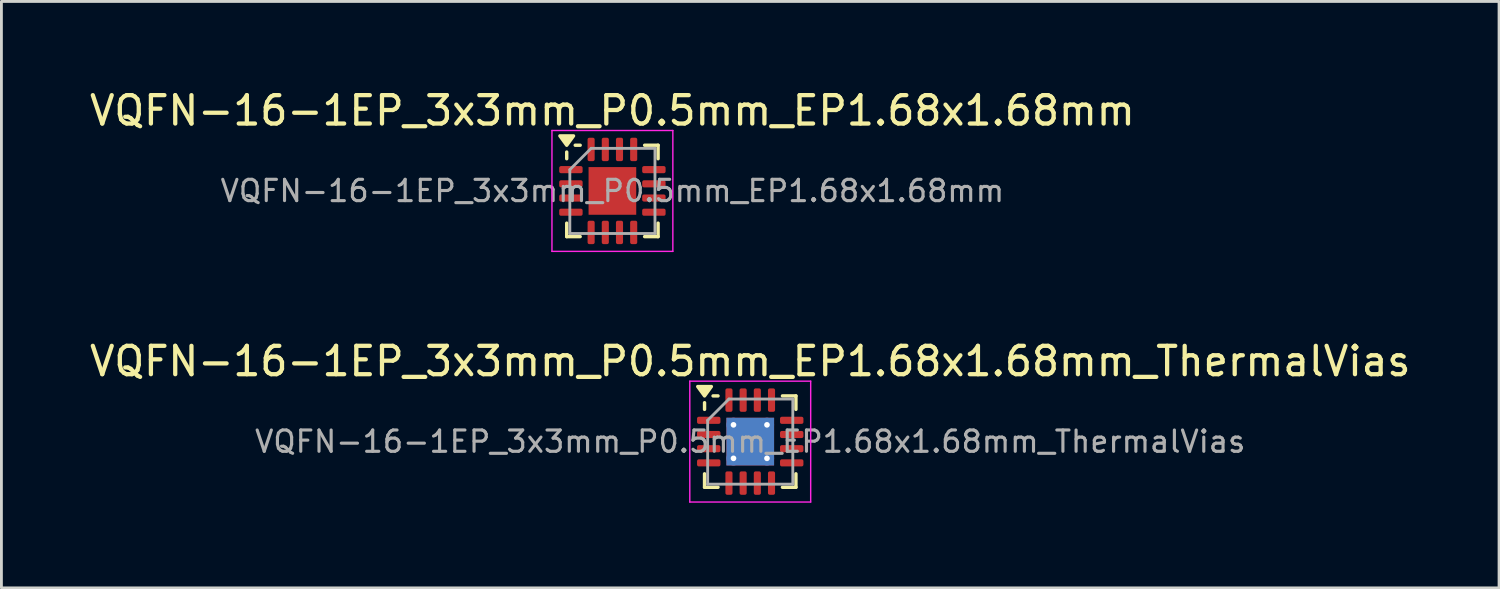
<source format=kicad_pcb>
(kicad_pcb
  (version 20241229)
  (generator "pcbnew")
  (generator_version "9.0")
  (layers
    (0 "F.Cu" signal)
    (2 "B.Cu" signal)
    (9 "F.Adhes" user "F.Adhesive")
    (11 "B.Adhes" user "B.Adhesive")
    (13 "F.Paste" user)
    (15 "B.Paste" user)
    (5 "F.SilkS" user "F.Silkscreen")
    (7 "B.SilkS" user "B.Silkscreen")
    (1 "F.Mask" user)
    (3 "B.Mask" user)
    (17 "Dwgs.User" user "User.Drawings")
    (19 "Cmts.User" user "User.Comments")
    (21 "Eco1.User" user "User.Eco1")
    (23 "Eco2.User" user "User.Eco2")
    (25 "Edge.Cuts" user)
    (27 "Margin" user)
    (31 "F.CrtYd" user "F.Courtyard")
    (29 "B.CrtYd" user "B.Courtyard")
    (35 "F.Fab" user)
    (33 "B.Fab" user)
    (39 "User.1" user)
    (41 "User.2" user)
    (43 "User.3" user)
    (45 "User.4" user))
  (footprint "VQFN-16-1EP_3x3mm_P0.5mm_EP1.68x1.68mm_ThermalVias"
    (layer "F.Cu")
    (at 23.387 12.511)
    (property "Reference" "VQFN-16-1EP_3x3mm_P0.5mm_EP1.68x1.68mm_ThermalVias" (at 0 -2.83 0) (layer "F.SilkS") (effects (font (size 1 1) (thickness 0.15))))
    (attr smd)
    (fp_line (start -1.61 -1.135) (end -1.61 -1.37) (stroke (width 0.12) (type solid)) (layer "F.SilkS"))
    (fp_line (start -1.61 1.61) (end -1.61 1.135) (stroke (width 0.12) (type solid)) (layer "F.SilkS"))
    (fp_line (start -1.135 -1.61) (end -1.31 -1.61) (stroke (width 0.12) (type solid)) (layer "F.SilkS"))
    (fp_line (start -1.135 1.61) (end -1.61 1.61) (stroke (width 0.12) (type solid)) (layer "F.SilkS"))
    (fp_line (start 1.135 -1.61) (end 1.61 -1.61) (stroke (width 0.12) (type solid)) (layer "F.SilkS"))
    (fp_line (start 1.135 1.61) (end 1.61 1.61) (stroke (width 0.12) (type solid)) (layer "F.SilkS"))
    (fp_line (start 1.61 -1.61) (end 1.61 -1.135) (stroke (width 0.12) (type solid)) (layer "F.SilkS"))
    (fp_line (start 1.61 1.61) (end 1.61 1.135) (stroke (width 0.12) (type solid)) (layer "F.SilkS"))
    (fp_poly (pts (xy -1.61 -1.61) (xy -1.85 -1.94) (xy -1.37 -1.94) (xy -1.61 -1.61)) (stroke (width 0.12) (type solid)) (fill yes) (layer "F.SilkS"))
    (fp_line (start -2.13 -2.13) (end -2.13 2.13) (stroke (width 0.05) (type solid)) (layer "F.CrtYd"))
    (fp_line (start -2.13 2.13) (end 2.13 2.13) (stroke (width 0.05) (type solid)) (layer "F.CrtYd"))
    (fp_line (start 2.13 -2.13) (end -2.13 -2.13) (stroke (width 0.05) (type solid)) (layer "F.CrtYd"))
    (fp_line (start 2.13 2.13) (end 2.13 -2.13) (stroke (width 0.05) (type solid)) (layer "F.CrtYd"))
    (fp_line (start -1.5 -0.75) (end -0.75 -1.5) (stroke (width 0.1) (type solid)) (layer "F.Fab"))
    (fp_line (start -1.5 1.5) (end -1.5 -0.75) (stroke (width 0.1) (type solid)) (layer "F.Fab"))
    (fp_line (start -0.75 -1.5) (end 1.5 -1.5) (stroke (width 0.1) (type solid)) (layer "F.Fab"))
    (fp_line (start 1.5 -1.5) (end 1.5 1.5) (stroke (width 0.1) (type solid)) (layer "F.Fab"))
    (fp_line (start 1.5 1.5) (end -1.5 1.5) (stroke (width 0.1) (type solid)) (layer "F.Fab"))
    (fp_text user "${REFERENCE}" (at 0 0 0) (layer "F.Fab") (effects (font (size 0.75 0.75) (thickness 0.11))))
    (pad "" smd roundrect (at -0.42 -0.42) (size 0.73 0.73) (layers "F.Paste") (roundrect_rratio 0.25))
    (pad "" smd roundrect (at -0.42 0.42) (size 0.73 0.73) (layers "F.Paste") (roundrect_rratio 0.25))
    (pad "" smd roundrect (at 0.42 -0.42) (size 0.73 0.73) (layers "F.Paste") (roundrect_rratio 0.25))
    (pad "" smd roundrect (at 0.42 0.42) (size 0.73 0.73) (layers "F.Paste") (roundrect_rratio 0.25))
    (pad "1" smd roundrect (at -1.462 -0.75) (size 0.825 0.25) (layers "F.Cu" "F.Mask" "F.Paste") (roundrect_rratio 0.25))
    (pad "2" smd roundrect (at -1.462 -0.25) (size 0.825 0.25) (layers "F.Cu" "F.Mask" "F.Paste") (roundrect_rratio 0.25))
    (pad "3" smd roundrect (at -1.462 0.25) (size 0.825 0.25) (layers "F.Cu" "F.Mask" "F.Paste") (roundrect_rratio 0.25))
    (pad "4" smd roundrect (at -1.462 0.75) (size 0.825 0.25) (layers "F.Cu" "F.Mask" "F.Paste") (roundrect_rratio 0.25))
    (pad "5" smd roundrect (at -0.75 1.462) (size 0.25 0.825) (layers "F.Cu" "F.Mask" "F.Paste") (roundrect_rratio 0.25))
    (pad "6" smd roundrect (at -0.25 1.462) (size 0.25 0.825) (layers "F.Cu" "F.Mask" "F.Paste") (roundrect_rratio 0.25))
    (pad "7" smd roundrect (at 0.25 1.462) (size 0.25 0.825) (layers "F.Cu" "F.Mask" "F.Paste") (roundrect_rratio 0.25))
    (pad "8" smd roundrect (at 0.75 1.462) (size 0.25 0.825) (layers "F.Cu" "F.Mask" "F.Paste") (roundrect_rratio 0.25))
    (pad "9" smd roundrect (at 1.462 0.75) (size 0.825 0.25) (layers "F.Cu" "F.Mask" "F.Paste") (roundrect_rratio 0.25))
    (pad "10" smd roundrect (at 1.462 0.25) (size 0.825 0.25) (layers "F.Cu" "F.Mask" "F.Paste") (roundrect_rratio 0.25))
    (pad "11" smd roundrect (at 1.462 -0.25) (size 0.825 0.25) (layers "F.Cu" "F.Mask" "F.Paste") (roundrect_rratio 0.25))
    (pad "12" smd roundrect (at 1.462 -0.75) (size 0.825 0.25) (layers "F.Cu" "F.Mask" "F.Paste") (roundrect_rratio 0.25))
    (pad "13" smd roundrect (at 0.75 -1.462) (size 0.25 0.825) (layers "F.Cu" "F.Mask" "F.Paste") (roundrect_rratio 0.25))
    (pad "14" smd roundrect (at 0.25 -1.462) (size 0.25 0.825) (layers "F.Cu" "F.Mask" "F.Paste") (roundrect_rratio 0.25))
    (pad "15" smd roundrect (at -0.25 -1.462) (size 0.25 0.825) (layers "F.Cu" "F.Mask" "F.Paste") (roundrect_rratio 0.25))
    (pad "16" smd roundrect (at -0.75 -1.462) (size 0.25 0.825) (layers "F.Cu" "F.Mask" "F.Paste") (roundrect_rratio 0.25))
    (pad "17" thru_hole circle (at -0.59 -0.59) (size 0.5 0.5) (drill 0.2) (property pad_prop_heatsink) (layers "*.Cu"))
    (pad "17" thru_hole circle (at -0.59 0.59) (size 0.5 0.5) (drill 0.2) (property pad_prop_heatsink) (layers "*.Cu"))
    (pad "17" smd rect (at 0 0) (size 1.68 1.68) (property pad_prop_heatsink) (layers "F.Cu" "F.Mask"))
    (pad "17" smd rect (at 0 0) (size 1.68 1.68) (property pad_prop_heatsink) (layers "B.Cu"))
    (pad "17" thru_hole circle (at 0.59 -0.59) (size 0.5 0.5) (drill 0.2) (property pad_prop_heatsink) (layers "*.Cu"))
    (pad "17" thru_hole circle (at 0.59 0.59) (size 0.5 0.5) (drill 0.2) (property pad_prop_heatsink) (layers "*.Cu")))
  (footprint "VQFN-16-1EP_3x3mm_P0.5mm_EP1.68x1.68mm"
    (layer "F.Cu")
    (at 18.53 3.678)
    (property "Reference" "VQFN-16-1EP_3x3mm_P0.5mm_EP1.68x1.68mm" (at 0 -2.83 0) (layer "F.SilkS") (effects (font (size 1 1) (thickness 0.15))))
    (attr smd)
    (fp_line (start -1.61 -1.135) (end -1.61 -1.37) (stroke (width 0.12) (type solid)) (layer "F.SilkS"))
    (fp_line (start -1.61 1.61) (end -1.61 1.135) (stroke (width 0.12) (type solid)) (layer "F.SilkS"))
    (fp_line (start -1.135 -1.61) (end -1.31 -1.61) (stroke (width 0.12) (type solid)) (layer "F.SilkS"))
    (fp_line (start -1.135 1.61) (end -1.61 1.61) (stroke (width 0.12) (type solid)) (layer "F.SilkS"))
    (fp_line (start 1.135 -1.61) (end 1.61 -1.61) (stroke (width 0.12) (type solid)) (layer "F.SilkS"))
    (fp_line (start 1.135 1.61) (end 1.61 1.61) (stroke (width 0.12) (type solid)) (layer "F.SilkS"))
    (fp_line (start 1.61 -1.61) (end 1.61 -1.135) (stroke (width 0.12) (type solid)) (layer "F.SilkS"))
    (fp_line (start 1.61 1.61) (end 1.61 1.135) (stroke (width 0.12) (type solid)) (layer "F.SilkS"))
    (fp_poly (pts (xy -1.61 -1.61) (xy -1.85 -1.94) (xy -1.37 -1.94) (xy -1.61 -1.61)) (stroke (width 0.12) (type solid)) (fill yes) (layer "F.SilkS"))
    (fp_line (start -2.13 -2.13) (end -2.13 2.13) (stroke (width 0.05) (type solid)) (layer "F.CrtYd"))
    (fp_line (start -2.13 2.13) (end 2.13 2.13) (stroke (width 0.05) (type solid)) (layer "F.CrtYd"))
    (fp_line (start 2.13 -2.13) (end -2.13 -2.13) (stroke (width 0.05) (type solid)) (layer "F.CrtYd"))
    (fp_line (start 2.13 2.13) (end 2.13 -2.13) (stroke (width 0.05) (type solid)) (layer "F.CrtYd"))
    (fp_line (start -1.5 -0.75) (end -0.75 -1.5) (stroke (width 0.1) (type solid)) (layer "F.Fab"))
    (fp_line (start -1.5 1.5) (end -1.5 -0.75) (stroke (width 0.1) (type solid)) (layer "F.Fab"))
    (fp_line (start -0.75 -1.5) (end 1.5 -1.5) (stroke (width 0.1) (type solid)) (layer "F.Fab"))
    (fp_line (start 1.5 -1.5) (end 1.5 1.5) (stroke (width 0.1) (type solid)) (layer "F.Fab"))
    (fp_line (start 1.5 1.5) (end -1.5 1.5) (stroke (width 0.1) (type solid)) (layer "F.Fab"))
    (fp_text user "${REFERENCE}" (at 0 0 0) (layer "F.Fab") (effects (font (size 0.75 0.75) (thickness 0.11))))
    (pad "" smd roundrect (at -0.42 -0.42) (size 0.68 0.68) (layers "F.Paste") (roundrect_rratio 0.25))
    (pad "" smd roundrect (at -0.42 0.42) (size 0.68 0.68) (layers "F.Paste") (roundrect_rratio 0.25))
    (pad "" smd roundrect (at 0.42 -0.42) (size 0.68 0.68) (layers "F.Paste") (roundrect_rratio 0.25))
    (pad "" smd roundrect (at 0.42 0.42) (size 0.68 0.68) (layers "F.Paste") (roundrect_rratio 0.25))
    (pad "1" smd roundrect (at -1.462 -0.75) (size 0.825 0.25) (layers "F.Cu" "F.Mask" "F.Paste") (roundrect_rratio 0.25))
    (pad "2" smd roundrect (at -1.462 -0.25) (size 0.825 0.25) (layers "F.Cu" "F.Mask" "F.Paste") (roundrect_rratio 0.25))
    (pad "3" smd roundrect (at -1.462 0.25) (size 0.825 0.25) (layers "F.Cu" "F.Mask" "F.Paste") (roundrect_rratio 0.25))
    (pad "4" smd roundrect (at -1.462 0.75) (size 0.825 0.25) (layers "F.Cu" "F.Mask" "F.Paste") (roundrect_rratio 0.25))
    (pad "5" smd roundrect (at -0.75 1.462) (size 0.25 0.825) (layers "F.Cu" "F.Mask" "F.Paste") (roundrect_rratio 0.25))
    (pad "6" smd roundrect (at -0.25 1.462) (size 0.25 0.825) (layers "F.Cu" "F.Mask" "F.Paste") (roundrect_rratio 0.25))
    (pad "7" smd roundrect (at 0.25 1.462) (size 0.25 0.825) (layers "F.Cu" "F.Mask" "F.Paste") (roundrect_rratio 0.25))
    (pad "8" smd roundrect (at 0.75 1.462) (size 0.25 0.825) (layers "F.Cu" "F.Mask" "F.Paste") (roundrect_rratio 0.25))
    (pad "9" smd roundrect (at 1.462 0.75) (size 0.825 0.25) (layers "F.Cu" "F.Mask" "F.Paste") (roundrect_rratio 0.25))
    (pad "10" smd roundrect (at 1.462 0.25) (size 0.825 0.25) (layers "F.Cu" "F.Mask" "F.Paste") (roundrect_rratio 0.25))
    (pad "11" smd roundrect (at 1.462 -0.25) (size 0.825 0.25) (layers "F.Cu" "F.Mask" "F.Paste") (roundrect_rratio 0.25))
    (pad "12" smd roundrect (at 1.462 -0.75) (size 0.825 0.25) (layers "F.Cu" "F.Mask" "F.Paste") (roundrect_rratio 0.25))
    (pad "13" smd roundrect (at 0.75 -1.462) (size 0.25 0.825) (layers "F.Cu" "F.Mask" "F.Paste") (roundrect_rratio 0.25))
    (pad "14" smd roundrect (at 0.25 -1.462) (size 0.25 0.825) (layers "F.Cu" "F.Mask" "F.Paste") (roundrect_rratio 0.25))
    (pad "15" smd roundrect (at -0.25 -1.462) (size 0.25 0.825) (layers "F.Cu" "F.Mask" "F.Paste") (roundrect_rratio 0.25))
    (pad "16" smd roundrect (at -0.75 -1.462) (size 0.25 0.825) (layers "F.Cu" "F.Mask" "F.Paste") (roundrect_rratio 0.25))
    (pad "17" smd rect (at 0 0) (size 1.68 1.68) (property pad_prop_heatsink) (layers "F.Cu" "F.Mask")))
  (gr_rect
    (start -3 -3)
    (end 49.774 17.666)
    (stroke (width 0.1) (type default))
    (fill no)
    (layer "Edge.Cuts")))
</source>
